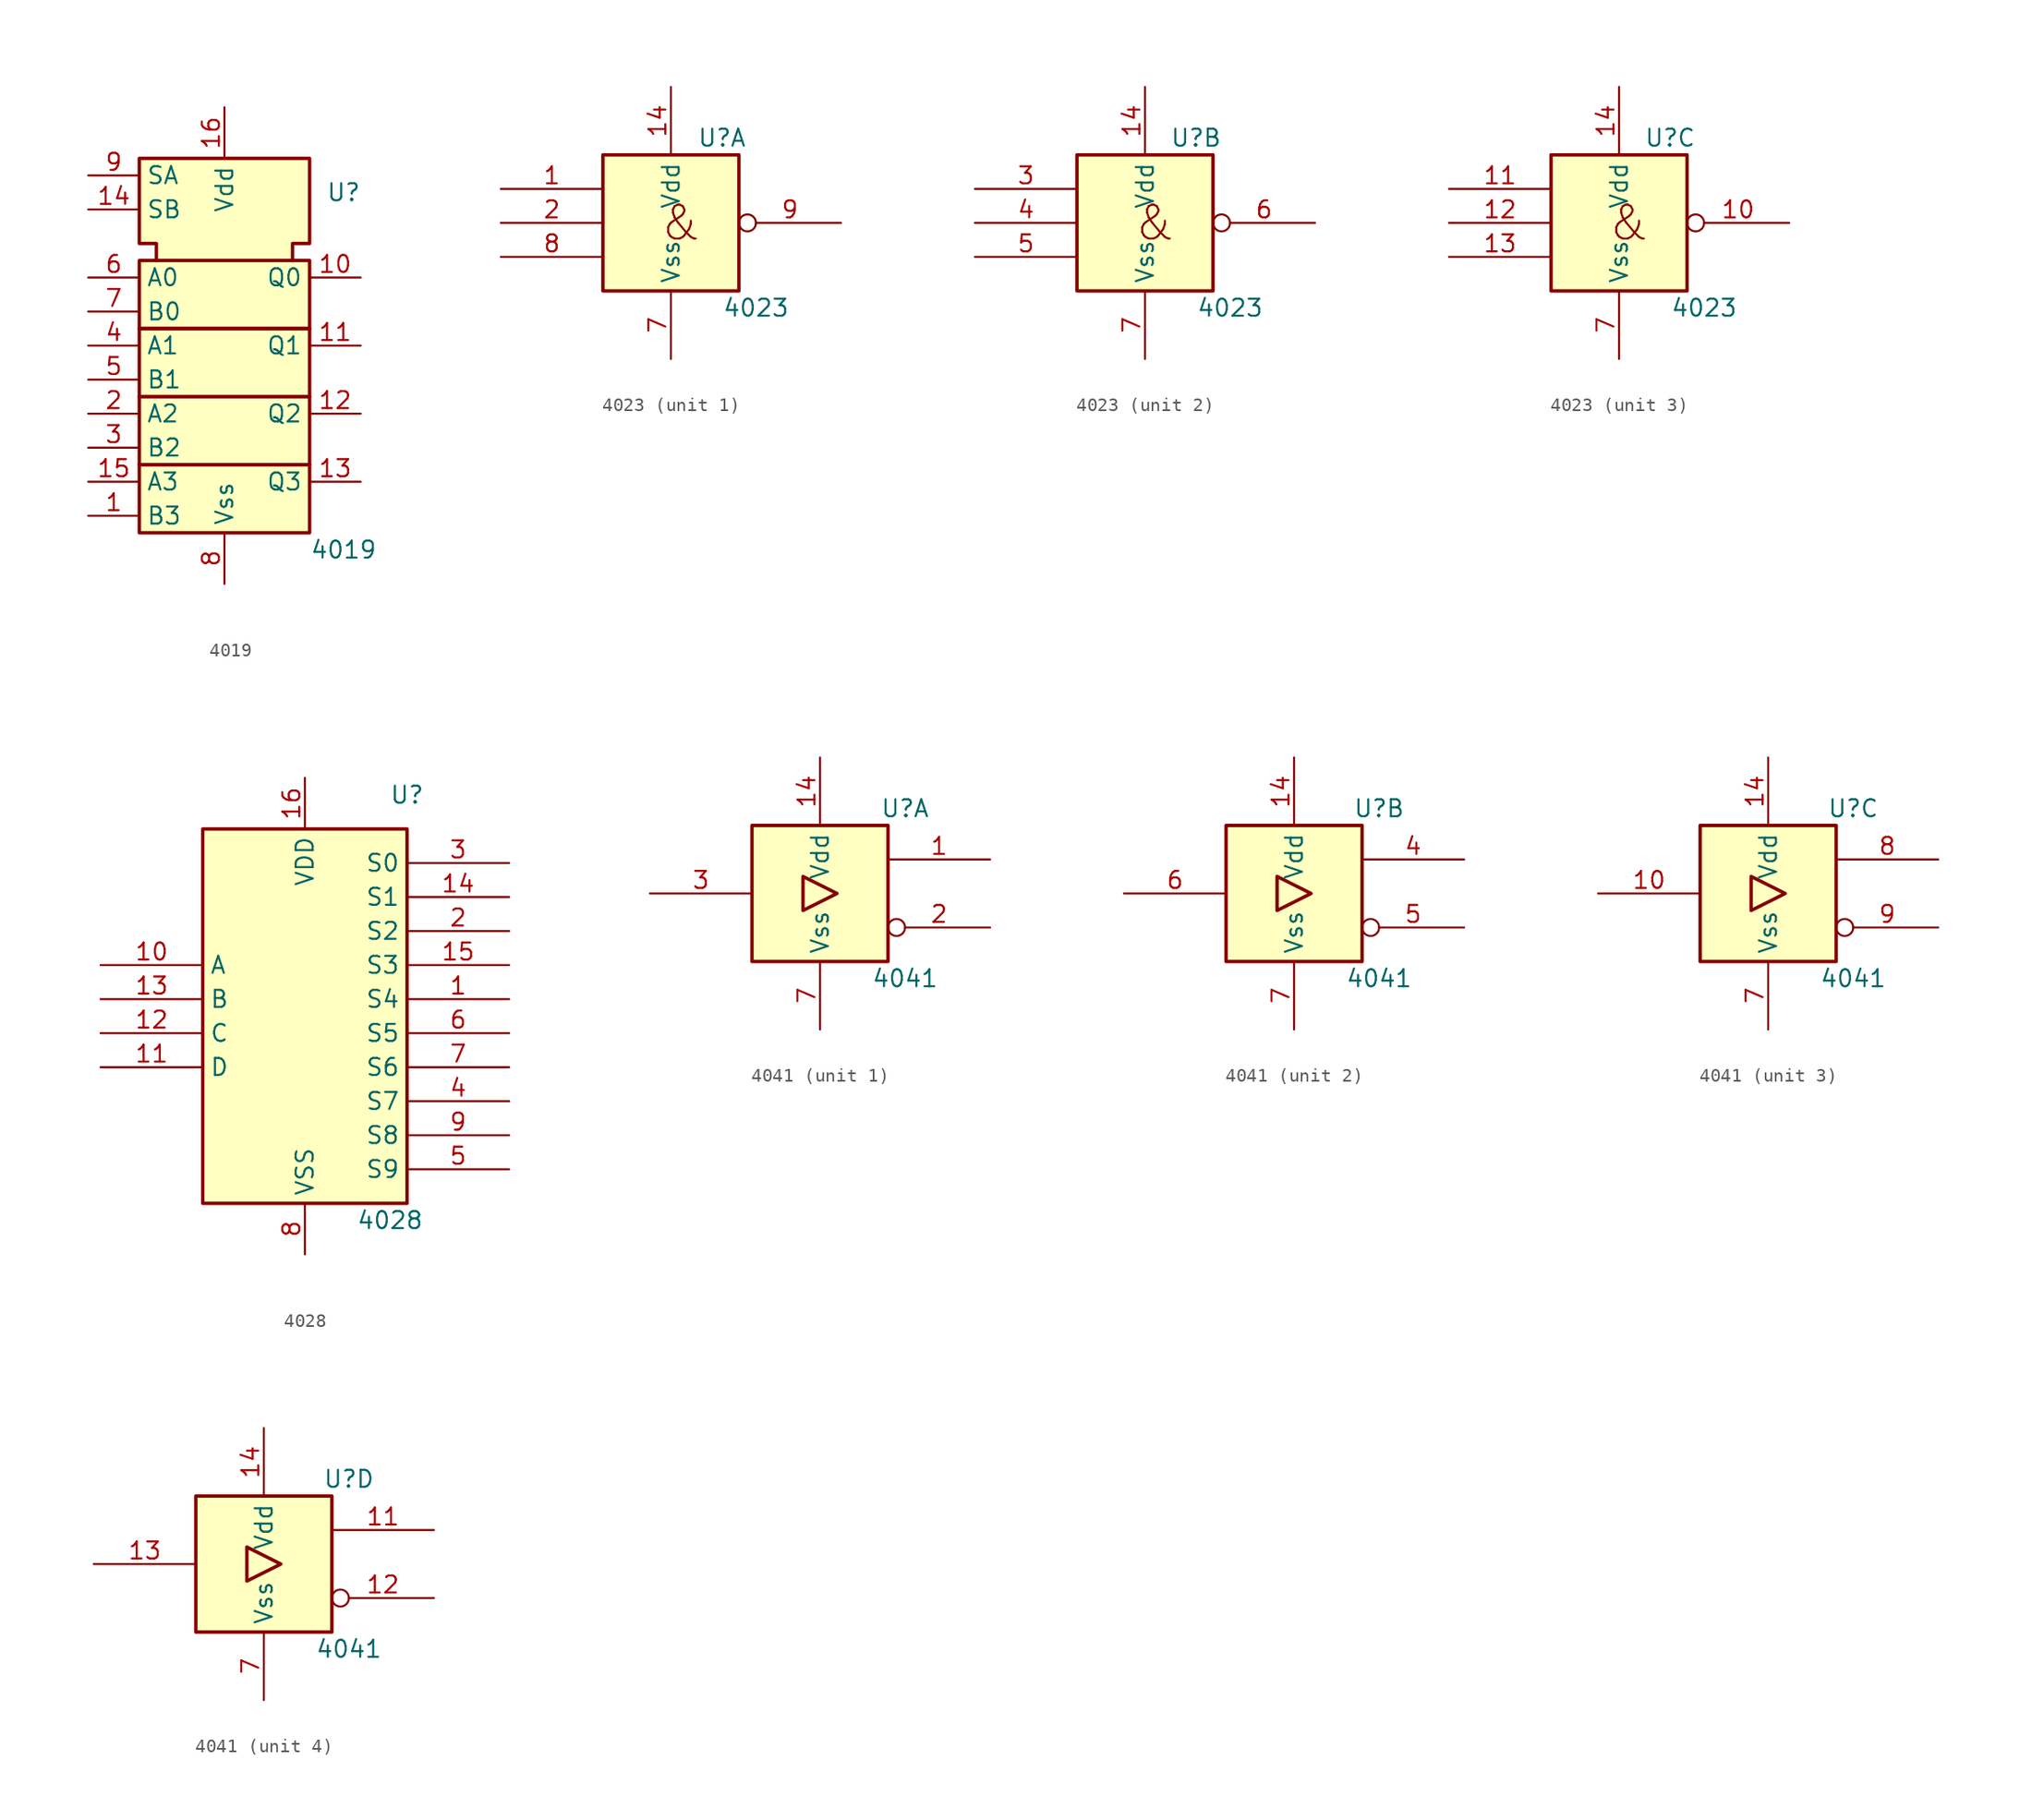
<source format=kicad_sym>
(kicad_symbol_lib
  (version 20231120)
  (generator "kicad_symbol_editor")
  (generator_version "8.0")
  (symbol "4019"
    (property "Reference" "U"
      (at 8.89 11.43 0)
      (effects (font (size 1.27 1.27))))
    (property "Value" "4019"
      (at 8.89 -15.24 0)
      (effects (font (size 1.27 1.27))))
    (symbol "4019_0_1"
      (rectangle (start -6.35 -8.89) (end 6.35 -13.97) (stroke (width 0.254) (type default)) (fill (type background)))
      (rectangle (start -6.35 -3.81) (end 6.35 -8.89) (stroke (width 0.254) (type default)) (fill (type background)))
      (rectangle (start -6.35 1.27) (end 6.35 -3.81) (stroke (width 0.254) (type default)) (fill (type background)))
      (rectangle (start -6.35 1.27) (end 6.35 6.35) (stroke (width 0.254) (type default)) (fill (type background)))
      (polyline (pts (xy -5.08 6.35) (xy -5.08 7.62) (xy -6.35 7.62) (xy -6.35 13.97) (xy 6.35 13.97) (xy 6.35 7.62) (xy 5.08 7.62) (xy 5.08 6.35) (xy 5.08 6.35)) (stroke (width 0.254) (type default)) (fill (type background)))
      (pin power_in line (at 0 17.78 270) (length 3.81) (name "Vdd" (effects (font (size 1.27 1.27)))) (number "16" (effects (font (size 1.27 1.27)))))
      (pin power_in line (at 0 -17.78 90) (length 3.81) (name "Vss" (effects (font (size 1.27 1.27)))) (number "8" (effects (font (size 1.27 1.27))))))
    (symbol "4019_1_1"
      (pin input line (at -10.16 -12.7 0) (length 3.81) (name "B3" (effects (font (size 1.27 1.27)))) (number "1" (effects (font (size 1.27 1.27)))))
      (pin output line (at 10.16 5.08 180) (length 3.81) (name "Q0" (effects (font (size 1.27 1.27)))) (number "10" (effects (font (size 1.27 1.27)))))
      (pin output line (at 10.16 0 180) (length 3.81) (name "Q1" (effects (font (size 1.27 1.27)))) (number "11" (effects (font (size 1.27 1.27)))))
      (pin output line (at 10.16 -5.08 180) (length 3.81) (name "Q2" (effects (font (size 1.27 1.27)))) (number "12" (effects (font (size 1.27 1.27)))))
      (pin output line (at 10.16 -10.16 180) (length 3.81) (name "Q3" (effects (font (size 1.27 1.27)))) (number "13" (effects (font (size 1.27 1.27)))))
      (pin input line (at -10.16 10.16 0) (length 3.81) (name "SB" (effects (font (size 1.27 1.27)))) (number "14" (effects (font (size 1.27 1.27)))))
      (pin input line (at -10.16 -10.16 0) (length 3.81) (name "A3" (effects (font (size 1.27 1.27)))) (number "15" (effects (font (size 1.27 1.27)))))
      (pin input line (at -10.16 -5.08 0) (length 3.81) (name "A2" (effects (font (size 1.27 1.27)))) (number "2" (effects (font (size 1.27 1.27)))))
      (pin input line (at -10.16 -7.62 0) (length 3.81) (name "B2" (effects (font (size 1.27 1.27)))) (number "3" (effects (font (size 1.27 1.27)))))
      (pin input line (at -10.16 0 0) (length 3.81) (name "A1" (effects (font (size 1.27 1.27)))) (number "4" (effects (font (size 1.27 1.27)))))
      (pin input line (at -10.16 -2.54 0) (length 3.81) (name "B1" (effects (font (size 1.27 1.27)))) (number "5" (effects (font (size 1.27 1.27)))))
      (pin input line (at -10.16 5.08 0) (length 3.81) (name "A0" (effects (font (size 1.27 1.27)))) (number "6" (effects (font (size 1.27 1.27)))))
      (pin input line (at -10.16 2.54 0) (length 3.81) (name "B0" (effects (font (size 1.27 1.27)))) (number "7" (effects (font (size 1.27 1.27)))))
      (pin input line (at -10.16 12.7 0) (length 3.81) (name "SA" (effects (font (size 1.27 1.27)))) (number "9" (effects (font (size 1.27 1.27)))))))
  (symbol "4023"
    (property "Reference" "U"
      (at 3.81 6.35 0)
      (effects (font (size 1.27 1.27))))
    (property "Value" "4023"
      (at 6.35 -6.35 0)
      (effects (font (size 1.27 1.27))))
    (symbol "4023_0_0"
      (rectangle (start -5.08 5.08) (end 5.08 -5.08) (stroke (width 0.254) (type default)) (fill (type background)))
      (text "&" (at 0.762 0 0) (effects (font (size 2.54 2.54)))))
    (symbol "4023_0_1"
      (pin power_in line (at 0 10.16 270) (length 5.08) (name "Vdd" (effects (font (size 1.27 1.27)))) (number "14" (effects (font (size 1.27 1.27)))))
      (pin power_in line (at 0 -10.16 90) (length 5.08) (name "Vss" (effects (font (size 1.27 1.27)))) (number "7" (effects (font (size 1.27 1.27))))))
    (symbol "4023_1_1"
      (pin input line (at -12.7 2.54 0) (length 7.62) (name "~" (effects (font (size 1.27 1.27)))) (number "1" (effects (font (size 1.27 1.27)))))
      (pin input line (at -12.7 0 0) (length 7.62) (name "~" (effects (font (size 1.27 1.27)))) (number "2" (effects (font (size 1.27 1.27)))))
      (pin input line (at -12.7 -2.54 0) (length 7.62) (name "~" (effects (font (size 1.27 1.27)))) (number "8" (effects (font (size 1.27 1.27)))))
      (pin output inverted (at 12.7 0 180) (length 7.62) (name "~" (effects (font (size 1.27 1.27)))) (number "9" (effects (font (size 1.27 1.27))))))
    (symbol "4023_2_1"
      (pin input line (at -12.7 2.54 0) (length 7.62) (name "~" (effects (font (size 1.27 1.27)))) (number "3" (effects (font (size 1.27 1.27)))))
      (pin input line (at -12.7 0 0) (length 7.62) (name "~" (effects (font (size 1.27 1.27)))) (number "4" (effects (font (size 1.27 1.27)))))
      (pin input line (at -12.7 -2.54 0) (length 7.62) (name "~" (effects (font (size 1.27 1.27)))) (number "5" (effects (font (size 1.27 1.27)))))
      (pin output inverted (at 12.7 0 180) (length 7.62) (name "~" (effects (font (size 1.27 1.27)))) (number "6" (effects (font (size 1.27 1.27))))))
    (symbol "4023_3_1"
      (pin output inverted (at 12.7 0 180) (length 7.62) (name "~" (effects (font (size 1.27 1.27)))) (number "10" (effects (font (size 1.27 1.27)))))
      (pin input line (at -12.7 2.54 0) (length 7.62) (name "~" (effects (font (size 1.27 1.27)))) (number "11" (effects (font (size 1.27 1.27)))))
      (pin input line (at -12.7 0 0) (length 7.62) (name "~" (effects (font (size 1.27 1.27)))) (number "12" (effects (font (size 1.27 1.27)))))
      (pin input line (at -12.7 -2.54 0) (length 7.62) (name "~" (effects (font (size 1.27 1.27)))) (number "13" (effects (font (size 1.27 1.27)))))))
  (symbol "4028"
    (property "Reference" "U"
      (at 7.62 16.51 0)
      (effects (font (size 1.27 1.27))))
    (property "Value" "4028"
      (at 6.35 -15.24 0)
      (effects (font (size 1.27 1.27))))
    (symbol "4028_0_0"
      (pin power_in line (at 0 17.78 270) (length 3.81) (name "VDD" (effects (font (size 1.27 1.27)))) (number "16" (effects (font (size 1.27 1.27))))))
    (symbol "4028_0_1"
      (rectangle (start -7.62 13.97) (end 7.62 -13.97) (stroke (width 0.254) (type default)) (fill (type background)))
      (pin power_in line (at 0 -17.78 90) (length 3.81) (name "VSS" (effects (font (size 1.27 1.27)))) (number "8" (effects (font (size 1.27 1.27))))))
    (symbol "4028_1_1"
      (pin output line (at 15.24 1.27 180) (length 7.62) (name "S4" (effects (font (size 1.27 1.27)))) (number "1" (effects (font (size 1.27 1.27)))))
      (pin input line (at -15.24 3.81 0) (length 7.62) (name "A" (effects (font (size 1.27 1.27)))) (number "10" (effects (font (size 1.27 1.27)))))
      (pin input line (at -15.24 -3.81 0) (length 7.62) (name "D" (effects (font (size 1.27 1.27)))) (number "11" (effects (font (size 1.27 1.27)))))
      (pin input line (at -15.24 -1.27 0) (length 7.62) (name "C" (effects (font (size 1.27 1.27)))) (number "12" (effects (font (size 1.27 1.27)))))
      (pin input line (at -15.24 1.27 0) (length 7.62) (name "B" (effects (font (size 1.27 1.27)))) (number "13" (effects (font (size 1.27 1.27)))))
      (pin output line (at 15.24 8.89 180) (length 7.62) (name "S1" (effects (font (size 1.27 1.27)))) (number "14" (effects (font (size 1.27 1.27)))))
      (pin output line (at 15.24 3.81 180) (length 7.62) (name "S3" (effects (font (size 1.27 1.27)))) (number "15" (effects (font (size 1.27 1.27)))))
      (pin output line (at 15.24 6.35 180) (length 7.62) (name "S2" (effects (font (size 1.27 1.27)))) (number "2" (effects (font (size 1.27 1.27)))))
      (pin output line (at 15.24 11.43 180) (length 7.62) (name "S0" (effects (font (size 1.27 1.27)))) (number "3" (effects (font (size 1.27 1.27)))))
      (pin output line (at 15.24 -6.35 180) (length 7.62) (name "S7" (effects (font (size 1.27 1.27)))) (number "4" (effects (font (size 1.27 1.27)))))
      (pin output line (at 15.24 -11.43 180) (length 7.62) (name "S9" (effects (font (size 1.27 1.27)))) (number "5" (effects (font (size 1.27 1.27)))))
      (pin output line (at 15.24 -1.27 180) (length 7.62) (name "S5" (effects (font (size 1.27 1.27)))) (number "6" (effects (font (size 1.27 1.27)))))
      (pin output line (at 15.24 -3.81 180) (length 7.62) (name "S6" (effects (font (size 1.27 1.27)))) (number "7" (effects (font (size 1.27 1.27)))))
      (pin output line (at 15.24 -8.89 180) (length 7.62) (name "S8" (effects (font (size 1.27 1.27)))) (number "9" (effects (font (size 1.27 1.27)))))))
  (symbol "4041"
    (property "Reference" "U"
      (at 6.35 6.35 0)
      (effects (font (size 1.27 1.27))))
    (property "Value" "4041"
      (at 6.35 -6.35 0)
      (effects (font (size 1.27 1.27))))
    (symbol "4041_0_0"
      (rectangle (start -5.08 5.08) (end 5.08 -5.08) (stroke (width 0.254) (type default)) (fill (type background)))
      (polyline (pts (xy -1.27 1.27) (xy -1.27 -1.27) (xy 1.27 0) (xy -1.27 1.27) (xy -1.27 1.27)) (stroke (width 0.254) (type default)) (fill (type background))))
    (symbol "4041_0_1"
      (pin power_in line (at 0 10.16 270) (length 5.08) (name "Vdd" (effects (font (size 1.27 1.27)))) (number "14" (effects (font (size 1.27 1.27)))))
      (pin power_in line (at 0 -10.16 90) (length 5.08) (name "Vss" (effects (font (size 1.27 1.27)))) (number "7" (effects (font (size 1.27 1.27))))))
    (symbol "4041_1_1"
      (pin output line (at 12.7 2.54 180) (length 7.62) (name "~" (effects (font (size 1.27 1.27)))) (number "1" (effects (font (size 1.27 1.27)))))
      (pin output inverted (at 12.7 -2.54 180) (length 7.62) (name "~" (effects (font (size 1.27 1.27)))) (number "2" (effects (font (size 1.27 1.27)))))
      (pin output line (at -12.7 0 0) (length 7.62) (name "~" (effects (font (size 1.27 1.27)))) (number "3" (effects (font (size 1.27 1.27))))))
    (symbol "4041_2_1"
      (pin output line (at 12.7 2.54 180) (length 7.62) (name "~" (effects (font (size 1.27 1.27)))) (number "4" (effects (font (size 1.27 1.27)))))
      (pin output inverted (at 12.7 -2.54 180) (length 7.62) (name "~" (effects (font (size 1.27 1.27)))) (number "5" (effects (font (size 1.27 1.27)))))
      (pin output line (at -12.7 0 0) (length 7.62) (name "~" (effects (font (size 1.27 1.27)))) (number "6" (effects (font (size 1.27 1.27))))))
    (symbol "4041_3_1"
      (pin output line (at -12.7 0 0) (length 7.62) (name "~" (effects (font (size 1.27 1.27)))) (number "10" (effects (font (size 1.27 1.27)))))
      (pin output line (at 12.7 2.54 180) (length 7.62) (name "~" (effects (font (size 1.27 1.27)))) (number "8" (effects (font (size 1.27 1.27)))))
      (pin output inverted (at 12.7 -2.54 180) (length 7.62) (name "~" (effects (font (size 1.27 1.27)))) (number "9" (effects (font (size 1.27 1.27))))))
    (symbol "4041_4_1"
      (pin output line (at 12.7 2.54 180) (length 7.62) (name "~" (effects (font (size 1.27 1.27)))) (number "11" (effects (font (size 1.27 1.27)))))
      (pin output inverted (at 12.7 -2.54 180) (length 7.62) (name "~" (effects (font (size 1.27 1.27)))) (number "12" (effects (font (size 1.27 1.27)))))
      (pin output line (at -12.7 0 0) (length 7.62) (name "~" (effects (font (size 1.27 1.27)))) (number "13" (effects (font (size 1.27 1.27))))))))
</source>
